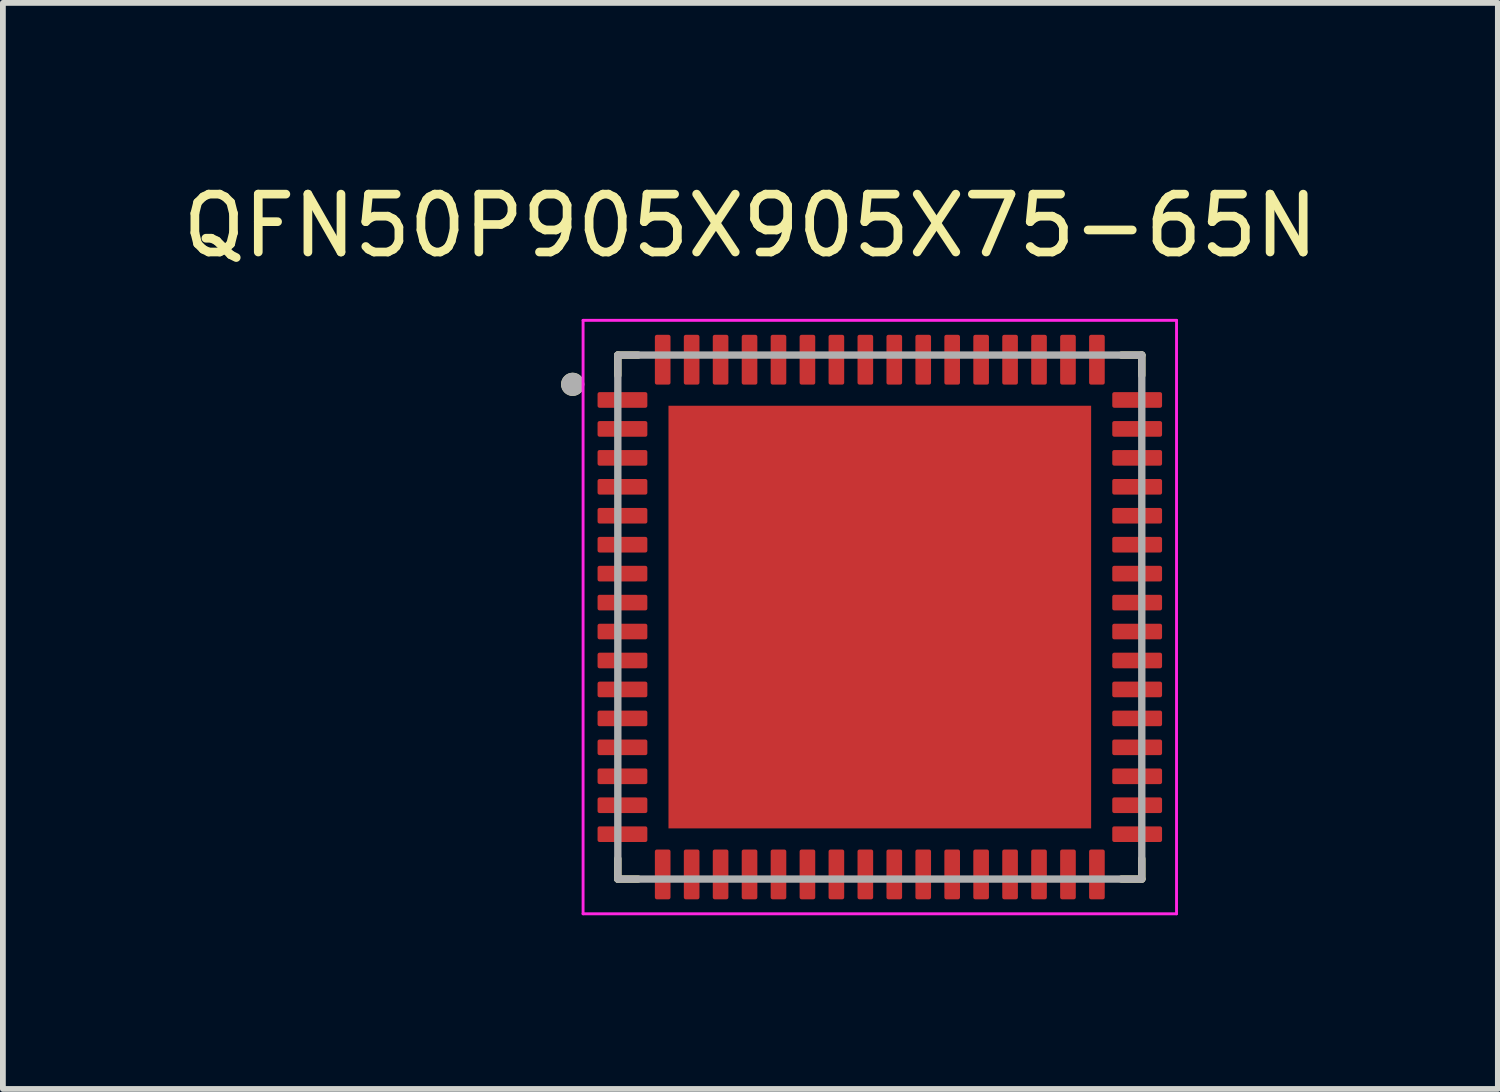
<source format=kicad_pcb>
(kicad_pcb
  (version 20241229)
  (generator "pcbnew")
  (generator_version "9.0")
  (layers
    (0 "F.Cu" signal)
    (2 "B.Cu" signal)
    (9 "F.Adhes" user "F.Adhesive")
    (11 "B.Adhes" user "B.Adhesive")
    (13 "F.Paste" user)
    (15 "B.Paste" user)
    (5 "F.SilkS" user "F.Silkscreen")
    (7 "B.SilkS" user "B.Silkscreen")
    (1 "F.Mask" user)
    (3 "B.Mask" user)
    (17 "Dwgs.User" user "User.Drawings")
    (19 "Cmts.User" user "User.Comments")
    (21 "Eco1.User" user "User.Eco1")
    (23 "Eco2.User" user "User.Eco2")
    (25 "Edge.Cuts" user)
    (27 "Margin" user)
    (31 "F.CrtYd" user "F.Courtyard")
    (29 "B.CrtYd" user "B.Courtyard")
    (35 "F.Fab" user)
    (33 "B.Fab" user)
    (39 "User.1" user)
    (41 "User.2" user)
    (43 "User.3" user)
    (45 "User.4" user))
  (footprint "QFN50P905X905X75-65N"
    (layer "F.Cu")
    (at 12.146 7.608)
    (property "Reference" "QFN50P905X905X75-65N" (at -2.235 -6.76 0) (layer "F.SilkS") (effects (font (size 1 1) (thickness 0.15))))
    (attr smd)
    (fp_line (start -4.525 -4.525) (end -4.525 -4.175) (stroke (width 0.127) (type solid)) (layer "F.SilkS"))
    (fp_line (start -4.525 -4.525) (end -4.175 -4.525) (stroke (width 0.127) (type solid)) (layer "F.SilkS"))
    (fp_line (start -4.525 4.525) (end -4.525 4.175) (stroke (width 0.127) (type solid)) (layer "F.SilkS"))
    (fp_line (start -4.525 4.525) (end -4.175 4.525) (stroke (width 0.127) (type solid)) (layer "F.SilkS"))
    (fp_line (start 4.525 -4.525) (end 4.175 -4.525) (stroke (width 0.127) (type solid)) (layer "F.SilkS"))
    (fp_line (start 4.525 -4.525) (end 4.525 -4.175) (stroke (width 0.127) (type solid)) (layer "F.SilkS"))
    (fp_line (start 4.525 4.525) (end 4.175 4.525) (stroke (width 0.127) (type solid)) (layer "F.SilkS"))
    (fp_line (start 4.525 4.525) (end 4.525 4.175) (stroke (width 0.127) (type solid)) (layer "F.SilkS"))
    (fp_circle (center -5.305 -4.02) (end -5.105 -4.02) (stroke (width 0) (type solid)) (fill yes) (layer "F.SilkS"))
    (fp_poly (pts (xy -3.17 -3.17) (xy -0.47 -3.17) (xy -0.47 -0.47) (xy -3.17 -0.47)) (stroke (width 0.01) (type solid)) (fill yes) (layer "F.Paste"))
    (fp_poly (pts (xy -3.17 0.47) (xy -0.47 0.47) (xy -0.47 3.17) (xy -3.17 3.17)) (stroke (width 0.01) (type solid)) (fill yes) (layer "F.Paste"))
    (fp_poly (pts (xy 0.47 -3.17) (xy 3.17 -3.17) (xy 3.17 -0.47) (xy 0.47 -0.47)) (stroke (width 0.01) (type solid)) (fill yes) (layer "F.Paste"))
    (fp_poly (pts (xy 0.47 0.47) (xy 3.17 0.47) (xy 3.17 3.17) (xy 0.47 3.17)) (stroke (width 0.01) (type solid)) (fill yes) (layer "F.Paste"))
    (fp_line (start -5.125 -5.125) (end 5.125 -5.125) (stroke (width 0.05) (type solid)) (layer "F.CrtYd"))
    (fp_line (start -5.125 5.125) (end -5.125 -5.125) (stroke (width 0.05) (type solid)) (layer "F.CrtYd"))
    (fp_line (start -5.125 5.125) (end 5.125 5.125) (stroke (width 0.05) (type solid)) (layer "F.CrtYd"))
    (fp_line (start 5.125 5.125) (end 5.125 -5.125) (stroke (width 0.05) (type solid)) (layer "F.CrtYd"))
    (fp_line (start -4.525 4.525) (end -4.525 -4.525) (stroke (width 0.127) (type solid)) (layer "F.Fab"))
    (fp_line (start 4.525 -4.525) (end -4.525 -4.525) (stroke (width 0.127) (type solid)) (layer "F.Fab"))
    (fp_line (start 4.525 4.525) (end -4.525 4.525) (stroke (width 0.127) (type solid)) (layer "F.Fab"))
    (fp_line (start 4.525 4.525) (end 4.525 -4.525) (stroke (width 0.127) (type solid)) (layer "F.Fab"))
    (fp_circle (center -5.305 -4.02) (end -5.105 -4.02) (stroke (width 0) (type solid)) (fill yes) (layer "F.Fab"))
    (pad "1" smd roundrect (at -4.445 -3.75) (size 0.86 0.27) (layers "F.Cu" "F.Mask" "F.Paste") (roundrect_rratio 0.125))
    (pad "2" smd roundrect (at -4.445 -3.25) (size 0.86 0.27) (layers "F.Cu" "F.Mask" "F.Paste") (roundrect_rratio 0.125))
    (pad "3" smd roundrect (at -4.445 -2.75) (size 0.86 0.27) (layers "F.Cu" "F.Mask" "F.Paste") (roundrect_rratio 0.125))
    (pad "4" smd roundrect (at -4.445 -2.25) (size 0.86 0.27) (layers "F.Cu" "F.Mask" "F.Paste") (roundrect_rratio 0.125))
    (pad "5" smd roundrect (at -4.445 -1.75) (size 0.86 0.27) (layers "F.Cu" "F.Mask" "F.Paste") (roundrect_rratio 0.125))
    (pad "6" smd roundrect (at -4.445 -1.25) (size 0.86 0.27) (layers "F.Cu" "F.Mask" "F.Paste") (roundrect_rratio 0.125))
    (pad "7" smd roundrect (at -4.445 -0.75) (size 0.86 0.27) (layers "F.Cu" "F.Mask" "F.Paste") (roundrect_rratio 0.125))
    (pad "8" smd roundrect (at -4.445 -0.25) (size 0.86 0.27) (layers "F.Cu" "F.Mask" "F.Paste") (roundrect_rratio 0.125))
    (pad "9" smd roundrect (at -4.445 0.25) (size 0.86 0.27) (layers "F.Cu" "F.Mask" "F.Paste") (roundrect_rratio 0.125))
    (pad "10" smd roundrect (at -4.445 0.75) (size 0.86 0.27) (layers "F.Cu" "F.Mask" "F.Paste") (roundrect_rratio 0.125))
    (pad "11" smd roundrect (at -4.445 1.25) (size 0.86 0.27) (layers "F.Cu" "F.Mask" "F.Paste") (roundrect_rratio 0.125))
    (pad "12" smd roundrect (at -4.445 1.75) (size 0.86 0.27) (layers "F.Cu" "F.Mask" "F.Paste") (roundrect_rratio 0.125))
    (pad "13" smd roundrect (at -4.445 2.25) (size 0.86 0.27) (layers "F.Cu" "F.Mask" "F.Paste") (roundrect_rratio 0.125))
    (pad "14" smd roundrect (at -4.445 2.75) (size 0.86 0.27) (layers "F.Cu" "F.Mask" "F.Paste") (roundrect_rratio 0.125))
    (pad "15" smd roundrect (at -4.445 3.25) (size 0.86 0.27) (layers "F.Cu" "F.Mask" "F.Paste") (roundrect_rratio 0.125))
    (pad "16" smd roundrect (at -4.445 3.75) (size 0.86 0.27) (layers "F.Cu" "F.Mask" "F.Paste") (roundrect_rratio 0.125))
    (pad "17" smd roundrect (at -3.75 4.445) (size 0.27 0.86) (layers "F.Cu" "F.Mask" "F.Paste") (roundrect_rratio 0.125))
    (pad "18" smd roundrect (at -3.25 4.445) (size 0.27 0.86) (layers "F.Cu" "F.Mask" "F.Paste") (roundrect_rratio 0.125))
    (pad "19" smd roundrect (at -2.75 4.445) (size 0.27 0.86) (layers "F.Cu" "F.Mask" "F.Paste") (roundrect_rratio 0.125))
    (pad "20" smd roundrect (at -2.25 4.445) (size 0.27 0.86) (layers "F.Cu" "F.Mask" "F.Paste") (roundrect_rratio 0.125))
    (pad "21" smd roundrect (at -1.75 4.445) (size 0.27 0.86) (layers "F.Cu" "F.Mask" "F.Paste") (roundrect_rratio 0.125))
    (pad "22" smd roundrect (at -1.25 4.445) (size 0.27 0.86) (layers "F.Cu" "F.Mask" "F.Paste") (roundrect_rratio 0.125))
    (pad "23" smd roundrect (at -0.75 4.445) (size 0.27 0.86) (layers "F.Cu" "F.Mask" "F.Paste") (roundrect_rratio 0.125))
    (pad "24" smd roundrect (at -0.25 4.445) (size 0.27 0.86) (layers "F.Cu" "F.Mask" "F.Paste") (roundrect_rratio 0.125))
    (pad "25" smd roundrect (at 0.25 4.445) (size 0.27 0.86) (layers "F.Cu" "F.Mask" "F.Paste") (roundrect_rratio 0.125))
    (pad "26" smd roundrect (at 0.75 4.445) (size 0.27 0.86) (layers "F.Cu" "F.Mask" "F.Paste") (roundrect_rratio 0.125))
    (pad "27" smd roundrect (at 1.25 4.445) (size 0.27 0.86) (layers "F.Cu" "F.Mask" "F.Paste") (roundrect_rratio 0.125))
    (pad "28" smd roundrect (at 1.75 4.445) (size 0.27 0.86) (layers "F.Cu" "F.Mask" "F.Paste") (roundrect_rratio 0.125))
    (pad "29" smd roundrect (at 2.25 4.445) (size 0.27 0.86) (layers "F.Cu" "F.Mask" "F.Paste") (roundrect_rratio 0.125))
    (pad "30" smd roundrect (at 2.75 4.445) (size 0.27 0.86) (layers "F.Cu" "F.Mask" "F.Paste") (roundrect_rratio 0.125))
    (pad "31" smd roundrect (at 3.25 4.445) (size 0.27 0.86) (layers "F.Cu" "F.Mask" "F.Paste") (roundrect_rratio 0.125))
    (pad "32" smd roundrect (at 3.75 4.445) (size 0.27 0.86) (layers "F.Cu" "F.Mask" "F.Paste") (roundrect_rratio 0.125))
    (pad "33" smd roundrect (at 4.445 3.75) (size 0.86 0.27) (layers "F.Cu" "F.Mask" "F.Paste") (roundrect_rratio 0.125))
    (pad "34" smd roundrect (at 4.445 3.25) (size 0.86 0.27) (layers "F.Cu" "F.Mask" "F.Paste") (roundrect_rratio 0.125))
    (pad "35" smd roundrect (at 4.445 2.75) (size 0.86 0.27) (layers "F.Cu" "F.Mask" "F.Paste") (roundrect_rratio 0.125))
    (pad "36" smd roundrect (at 4.445 2.25) (size 0.86 0.27) (layers "F.Cu" "F.Mask" "F.Paste") (roundrect_rratio 0.125))
    (pad "37" smd roundrect (at 4.445 1.75) (size 0.86 0.27) (layers "F.Cu" "F.Mask" "F.Paste") (roundrect_rratio 0.125))
    (pad "38" smd roundrect (at 4.445 1.25) (size 0.86 0.27) (layers "F.Cu" "F.Mask" "F.Paste") (roundrect_rratio 0.125))
    (pad "39" smd roundrect (at 4.445 0.75) (size 0.86 0.27) (layers "F.Cu" "F.Mask" "F.Paste") (roundrect_rratio 0.125))
    (pad "40" smd roundrect (at 4.445 0.25) (size 0.86 0.27) (layers "F.Cu" "F.Mask" "F.Paste") (roundrect_rratio 0.125))
    (pad "41" smd roundrect (at 4.445 -0.25) (size 0.86 0.27) (layers "F.Cu" "F.Mask" "F.Paste") (roundrect_rratio 0.125))
    (pad "42" smd roundrect (at 4.445 -0.75) (size 0.86 0.27) (layers "F.Cu" "F.Mask" "F.Paste") (roundrect_rratio 0.125))
    (pad "43" smd roundrect (at 4.445 -1.25) (size 0.86 0.27) (layers "F.Cu" "F.Mask" "F.Paste") (roundrect_rratio 0.125))
    (pad "44" smd roundrect (at 4.445 -1.75) (size 0.86 0.27) (layers "F.Cu" "F.Mask" "F.Paste") (roundrect_rratio 0.125))
    (pad "45" smd roundrect (at 4.445 -2.25) (size 0.86 0.27) (layers "F.Cu" "F.Mask" "F.Paste") (roundrect_rratio 0.125))
    (pad "46" smd roundrect (at 4.445 -2.75) (size 0.86 0.27) (layers "F.Cu" "F.Mask" "F.Paste") (roundrect_rratio 0.125))
    (pad "47" smd roundrect (at 4.445 -3.25) (size 0.86 0.27) (layers "F.Cu" "F.Mask" "F.Paste") (roundrect_rratio 0.125))
    (pad "48" smd roundrect (at 4.445 -3.75) (size 0.86 0.27) (layers "F.Cu" "F.Mask" "F.Paste") (roundrect_rratio 0.125))
    (pad "49" smd roundrect (at 3.75 -4.445) (size 0.27 0.86) (layers "F.Cu" "F.Mask" "F.Paste") (roundrect_rratio 0.125))
    (pad "50" smd roundrect (at 3.25 -4.445) (size 0.27 0.86) (layers "F.Cu" "F.Mask" "F.Paste") (roundrect_rratio 0.125))
    (pad "51" smd roundrect (at 2.75 -4.445) (size 0.27 0.86) (layers "F.Cu" "F.Mask" "F.Paste") (roundrect_rratio 0.125))
    (pad "52" smd roundrect (at 2.25 -4.445) (size 0.27 0.86) (layers "F.Cu" "F.Mask" "F.Paste") (roundrect_rratio 0.125))
    (pad "53" smd roundrect (at 1.75 -4.445) (size 0.27 0.86) (layers "F.Cu" "F.Mask" "F.Paste") (roundrect_rratio 0.125))
    (pad "54" smd roundrect (at 1.25 -4.445) (size 0.27 0.86) (layers "F.Cu" "F.Mask" "F.Paste") (roundrect_rratio 0.125))
    (pad "55" smd roundrect (at 0.75 -4.445) (size 0.27 0.86) (layers "F.Cu" "F.Mask" "F.Paste") (roundrect_rratio 0.125))
    (pad "56" smd roundrect (at 0.25 -4.445) (size 0.27 0.86) (layers "F.Cu" "F.Mask" "F.Paste") (roundrect_rratio 0.125))
    (pad "57" smd roundrect (at -0.25 -4.445) (size 0.27 0.86) (layers "F.Cu" "F.Mask" "F.Paste") (roundrect_rratio 0.125))
    (pad "58" smd roundrect (at -0.75 -4.445) (size 0.27 0.86) (layers "F.Cu" "F.Mask" "F.Paste") (roundrect_rratio 0.125))
    (pad "59" smd roundrect (at -1.25 -4.445) (size 0.27 0.86) (layers "F.Cu" "F.Mask" "F.Paste") (roundrect_rratio 0.125))
    (pad "60" smd roundrect (at -1.75 -4.445) (size 0.27 0.86) (layers "F.Cu" "F.Mask" "F.Paste") (roundrect_rratio 0.125))
    (pad "61" smd roundrect (at -2.25 -4.445) (size 0.27 0.86) (layers "F.Cu" "F.Mask" "F.Paste") (roundrect_rratio 0.125))
    (pad "62" smd roundrect (at -2.75 -4.445) (size 0.27 0.86) (layers "F.Cu" "F.Mask" "F.Paste") (roundrect_rratio 0.125))
    (pad "63" smd roundrect (at -3.25 -4.445) (size 0.27 0.86) (layers "F.Cu" "F.Mask" "F.Paste") (roundrect_rratio 0.125))
    (pad "64" smd roundrect (at -3.75 -4.445) (size 0.27 0.86) (layers "F.Cu" "F.Mask" "F.Paste") (roundrect_rratio 0.125))
    (pad "65" smd rect (at 0 0) (size 7.3 7.3) (layers "F.Cu" "F.Mask")))
  (gr_rect
    (start -3 -3)
    (end 22.821 15.758)
    (stroke (width 0.1) (type default))
    (fill no)
    (layer "Edge.Cuts")))
</source>
